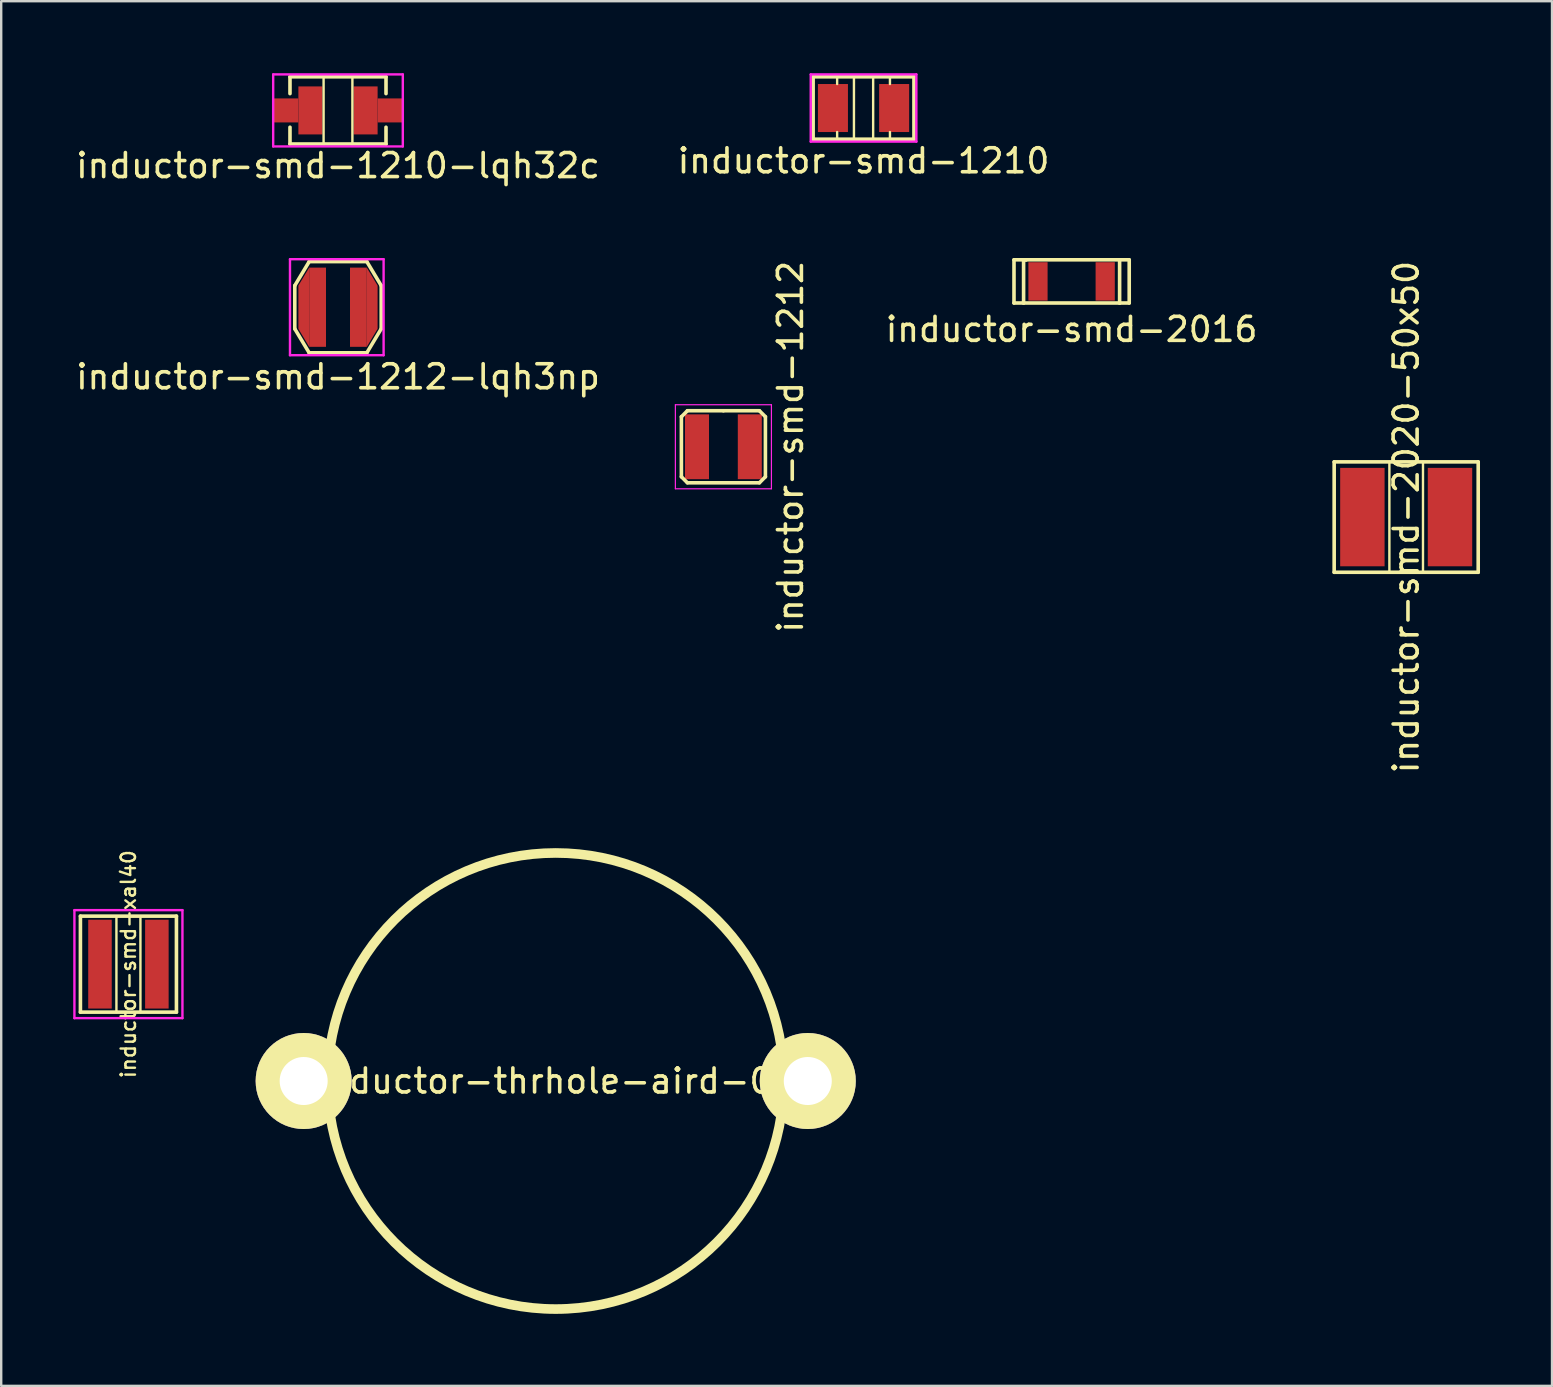
<source format=kicad_pcb>
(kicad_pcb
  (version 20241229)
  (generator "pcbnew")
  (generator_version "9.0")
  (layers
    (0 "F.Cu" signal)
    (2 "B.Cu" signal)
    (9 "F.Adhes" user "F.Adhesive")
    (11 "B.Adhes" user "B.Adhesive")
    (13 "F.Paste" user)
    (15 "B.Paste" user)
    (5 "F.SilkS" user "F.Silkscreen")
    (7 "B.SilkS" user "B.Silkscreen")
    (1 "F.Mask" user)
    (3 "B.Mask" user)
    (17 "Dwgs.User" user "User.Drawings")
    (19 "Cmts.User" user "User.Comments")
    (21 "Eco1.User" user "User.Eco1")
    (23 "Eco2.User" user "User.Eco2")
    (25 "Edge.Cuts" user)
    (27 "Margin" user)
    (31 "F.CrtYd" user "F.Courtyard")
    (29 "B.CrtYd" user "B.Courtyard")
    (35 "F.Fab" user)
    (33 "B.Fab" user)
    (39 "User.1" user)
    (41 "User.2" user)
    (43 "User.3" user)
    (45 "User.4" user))
  (footprint "inductor-smd-2020-50x50"
    (layer "F.Cu")
    (at 55.528 18.49)
    (property "Reference" "inductor-smd-2020-50x50" (at 0 0 90) (layer "F.SilkS") (effects (font (size 1 1) (thickness 0.15))))
    (attr through_hole)
    (fp_line (start -3 -2.3) (end 3 -2.3) (stroke (width 0.15) (type solid)) (layer "F.SilkS"))
    (fp_line (start -3 2.3) (end -3 -2.3) (stroke (width 0.15) (type solid)) (layer "F.SilkS"))
    (fp_line (start -0.7 -2.3) (end -0.7 2.3) (stroke (width 0.1) (type solid)) (layer "F.SilkS"))
    (fp_line (start 0.7 -2.3) (end 0.7 2.3) (stroke (width 0.1) (type solid)) (layer "F.SilkS"))
    (fp_line (start 3 -2.3) (end 3 2.3) (stroke (width 0.15) (type solid)) (layer "F.SilkS"))
    (fp_line (start 3 2.3) (end -3 2.3) (stroke (width 0.15) (type solid)) (layer "F.SilkS"))
    (pad "1" smd rect (at -1.825 0) (size 1.85 4.1) (layers "F.Cu" "F.Mask" "F.Paste"))
    (pad "2" smd rect (at 1.825 0) (size 1.85 4.1) (layers "F.Cu" "F.Mask" "F.Paste")))
  (footprint "inductor-smd-1212"
    (layer "F.Cu")
    (at 27.085 15.561)
    (property "Reference" "inductor-smd-1212" (at 2.794 0 90) (layer "F.SilkS") (effects (font (size 1 1) (thickness 0.15))))
    (attr through_hole)
    (fp_line (start -1.75 -1.25) (end -1.75 1.25) (stroke (width 0.15) (type solid)) (layer "F.SilkS"))
    (fp_line (start -1.75 1.25) (end -1.5 1.5) (stroke (width 0.15) (type solid)) (layer "F.SilkS"))
    (fp_line (start -1.5 -1.5) (end -1.75 -1.25) (stroke (width 0.15) (type solid)) (layer "F.SilkS"))
    (fp_line (start -1.5 1.5) (end 1.5 1.5) (stroke (width 0.15) (type solid)) (layer "F.SilkS"))
    (fp_line (start 0 -1.5) (end -1.5 -1.5) (stroke (width 0.15) (type solid)) (layer "F.SilkS"))
    (fp_line (start 1.5 -1.5) (end 0 -1.5) (stroke (width 0.15) (type solid)) (layer "F.SilkS"))
    (fp_line (start 1.5 1.5) (end 1.75 1.25) (stroke (width 0.15) (type solid)) (layer "F.SilkS"))
    (fp_line (start 1.75 -1.25) (end 1.5 -1.5) (stroke (width 0.15) (type solid)) (layer "F.SilkS"))
    (fp_line (start 1.75 1.25) (end 1.75 -1.25) (stroke (width 0.15) (type solid)) (layer "F.SilkS"))
    (fp_line (start -2 -1.75) (end -2 1.75) (stroke (width 0.05) (type solid)) (layer "F.CrtYd"))
    (fp_line (start -2 1.75) (end 2 1.75) (stroke (width 0.05) (type solid)) (layer "F.CrtYd"))
    (fp_line (start 2 -1.75) (end -2 -1.75) (stroke (width 0.05) (type solid)) (layer "F.CrtYd"))
    (fp_line (start 2 1.75) (end 2 -1.75) (stroke (width 0.05) (type solid)) (layer "F.CrtYd"))
    (pad "1" smd rect (at -1.1 0) (size 1 2.7) (layers "F.Cu" "F.Mask" "F.Paste"))
    (pad "2" smd rect (at 1.1 0) (size 1 2.7) (layers "F.Cu" "F.Mask" "F.Paste")))
  (footprint "inductor-smd-2016"
    (layer "F.Cu")
    (at 41.59 8.673)
    (property "Reference" "inductor-smd-2016" (at 0 2 0) (layer "F.SilkS") (effects (font (size 1 1) (thickness 0.15))))
    (attr through_hole)
    (fp_line (start -2.4 -0.9) (end -2.4 0.9) (stroke (width 0.15) (type solid)) (layer "F.SilkS"))
    (fp_line (start -2.4 0.9) (end -2 0.9) (stroke (width 0.15) (type solid)) (layer "F.SilkS"))
    (fp_line (start -2 -0.9) (end -1.9 -0.9) (stroke (width 0.15) (type solid)) (layer "F.SilkS"))
    (fp_line (start -2 0.9) (end -2 -0.9) (stroke (width 0.15) (type solid)) (layer "F.SilkS"))
    (fp_line (start -1.9 -0.9) (end -2.4 -0.9) (stroke (width 0.15) (type solid)) (layer "F.SilkS"))
    (fp_line (start -1.9 -0.9) (end 2 -0.9) (stroke (width 0.15) (type solid)) (layer "F.SilkS"))
    (fp_line (start 2 -0.9) (end 2 0.9) (stroke (width 0.15) (type solid)) (layer "F.SilkS"))
    (fp_line (start 2 -0.9) (end 2.4 -0.9) (stroke (width 0.15) (type solid)) (layer "F.SilkS"))
    (fp_line (start 2 0.9) (end -2 0.9) (stroke (width 0.15) (type solid)) (layer "F.SilkS"))
    (fp_line (start 2.4 -0.9) (end 2.4 0.9) (stroke (width 0.15) (type solid)) (layer "F.SilkS"))
    (fp_line (start 2.4 0.9) (end 2 0.9) (stroke (width 0.15) (type solid)) (layer "F.SilkS"))
    (pad "1" smd rect (at -1.4 0) (size 0.8 1.6) (layers "F.Cu" "F.Mask" "F.Paste"))
    (pad "2" smd rect (at 1.4 0) (size 0.8 1.6) (layers "F.Cu" "F.Mask" "F.Paste")))
  (footprint "inductor-smd-1212-lqh3np"
    (layer "F.Cu")
    (at 11.03 9.748)
    (property "Reference" "inductor-smd-1212-lqh3np" (at 0 2.9 0) (layer "F.SilkS") (effects (font (size 1 1) (thickness 0.15))))
    (attr through_hole)
    (fp_line (start -1.8 -0.9) (end -1.2 -1.9) (stroke (width 0.15) (type solid)) (layer "F.SilkS"))
    (fp_line (start -1.8 0.9) (end -1.8 -0.9) (stroke (width 0.15) (type solid)) (layer "F.SilkS"))
    (fp_line (start -1.2 -1.9) (end 1.2 -1.9) (stroke (width 0.15) (type solid)) (layer "F.SilkS"))
    (fp_line (start -1.2 1.9) (end -1.8 0.9) (stroke (width 0.15) (type solid)) (layer "F.SilkS"))
    (fp_line (start 1.2 -1.9) (end 1.8 -0.9) (stroke (width 0.15) (type solid)) (layer "F.SilkS"))
    (fp_line (start 1.2 1.9) (end -1.2 1.9) (stroke (width 0.15) (type solid)) (layer "F.SilkS"))
    (fp_line (start 1.8 -0.9) (end 1.8 0.9) (stroke (width 0.15) (type solid)) (layer "F.SilkS"))
    (fp_line (start 1.8 0.9) (end 1.2 1.9) (stroke (width 0.15) (type solid)) (layer "F.SilkS"))
    (fp_line (start -2 -2) (end 1.9 -2) (stroke (width 0.1) (type solid)) (layer "F.CrtYd"))
    (fp_line (start -2 2) (end -2 -2) (stroke (width 0.1) (type solid)) (layer "F.CrtYd"))
    (fp_line (start 1.9 -2) (end 1.9 2) (stroke (width 0.1) (type solid)) (layer "F.CrtYd"))
    (fp_line (start 1.9 2) (end -2 2) (stroke (width 0.1) (type solid)) (layer "F.CrtYd"))
    (pad "" smd rect (at -0.85 0) (size 0.7 3.3) (layers "F.Cu" "F.Mask" "F.Paste"))
    (pad "" smd rect (at 0.85 0) (size 0.7 3.3) (layers "F.Cu" "F.Mask" "F.Paste"))
    (pad "1" smd trapezoid (at -1.425 0) (size 0.45 2.55) (rect_delta -0.75 0) (layers "F.Cu" "F.Mask" "F.Paste"))
    (pad "2" smd trapezoid (at 1.425 0 180) (size 0.45 2.55) (rect_delta -0.75 0) (layers "F.Cu" "F.Mask" "F.Paste")))
  (footprint "inductor-thrhole-aird-02"
    (layer "F.Cu")
    (at 20.1 41.982)
    (property "Reference" "inductor-thrhole-aird-02" (at 0 0 0) (layer "F.SilkS") (effects (font (size 1 1) (thickness 0.15))))
    (attr through_hole)
    (fp_circle (center 0 0) (end 9.5 0) (stroke (width 0.4) (type solid)) (fill no) (layer "F.SilkS"))
    (pad "1" thru_hole circle (at -10.5 0) (size 4 4) (drill 2) (layers "*.Cu" "*.Mask" "F.SilkS"))
    (pad "2" thru_hole circle (at 10.5 0) (size 4 4) (drill 2) (layers "*.Cu" "*.Mask" "F.SilkS")))
  (footprint "inductor-smd-1210"
    (layer "F.Cu")
    (at 32.923 1.45)
    (property "Reference" "inductor-smd-1210" (at 0 2.2 0) (layer "F.SilkS") (effects (font (size 1 1) (thickness 0.15))))
    (attr through_hole)
    (fp_line (start -2.1 -1.3) (end 2.1 -1.3) (stroke (width 0.15) (type solid)) (layer "F.SilkS"))
    (fp_line (start -2.1 1.3) (end -2.1 -1.3) (stroke (width 0.15) (type solid)) (layer "F.SilkS"))
    (fp_line (start -1.1 -1) (end -1.1 -1.3) (stroke (width 0.1) (type solid)) (layer "F.SilkS"))
    (fp_line (start -1.1 1) (end -1.1 1.3) (stroke (width 0.1) (type solid)) (layer "F.SilkS"))
    (fp_line (start -0.4 -1.3) (end -0.4 1.3) (stroke (width 0.1) (type solid)) (layer "F.SilkS"))
    (fp_line (start 0.4 -1.3) (end 0.4 1.3) (stroke (width 0.1) (type solid)) (layer "F.SilkS"))
    (fp_line (start 1.1 -1) (end 1.1 -1.3) (stroke (width 0.1) (type solid)) (layer "F.SilkS"))
    (fp_line (start 1.1 1.3) (end 1.1 1) (stroke (width 0.1) (type solid)) (layer "F.SilkS"))
    (fp_line (start 2.1 -1.3) (end 2.1 1.3) (stroke (width 0.15) (type solid)) (layer "F.SilkS"))
    (fp_line (start 2.1 1.3) (end -2.1 1.3) (stroke (width 0.15) (type solid)) (layer "F.SilkS"))
    (fp_line (start -2.2 -1.4) (end 2.2 -1.4) (stroke (width 0.1) (type solid)) (layer "F.CrtYd"))
    (fp_line (start -2.2 1.4) (end -2.2 -1.4) (stroke (width 0.1) (type solid)) (layer "F.CrtYd"))
    (fp_line (start 2.2 -1.4) (end 2.2 1.4) (stroke (width 0.1) (type solid)) (layer "F.CrtYd"))
    (fp_line (start 2.2 1.4) (end -2.2 1.4) (stroke (width 0.1) (type solid)) (layer "F.CrtYd"))
    (pad "1" smd rect (at -1.275 0) (size 1.25 2) (layers "F.Cu" "F.Mask" "F.Paste"))
    (pad "2" smd rect (at 1.275 0) (size 1.25 2) (layers "F.Cu" "F.Mask" "F.Paste")))
  (footprint "inductor-smd-xal40"
    (layer "F.Cu")
    (at 2.3 37.114)
    (property "Reference" "inductor-smd-xal40" (at 0 0 90) (layer "F.SilkS") (effects (font (size 0.6 0.6) (thickness 0.1))))
    (attr through_hole)
    (fp_line (start -2 -2) (end 2 -2) (stroke (width 0.15) (type solid)) (layer "F.SilkS"))
    (fp_line (start -2 2) (end -2 -2) (stroke (width 0.15) (type solid)) (layer "F.SilkS"))
    (fp_line (start -0.5 -2) (end -0.5 2) (stroke (width 0.1) (type solid)) (layer "F.SilkS"))
    (fp_line (start 0.5 -2) (end 0.5 2) (stroke (width 0.1) (type solid)) (layer "F.SilkS"))
    (fp_line (start 2 -2) (end 2 2) (stroke (width 0.15) (type solid)) (layer "F.SilkS"))
    (fp_line (start 2 2) (end -2 2) (stroke (width 0.15) (type solid)) (layer "F.SilkS"))
    (fp_line (start -2.25 -2.25) (end 2.25 -2.25) (stroke (width 0.1) (type solid)) (layer "F.CrtYd"))
    (fp_line (start -2.25 2.25) (end -2.25 -2.25) (stroke (width 0.1) (type solid)) (layer "F.CrtYd"))
    (fp_line (start 2.25 -2.25) (end 2.25 2.25) (stroke (width 0.1) (type solid)) (layer "F.CrtYd"))
    (fp_line (start 2.25 2.25) (end -2.25 2.25) (stroke (width 0.1) (type solid)) (layer "F.CrtYd"))
    (pad "1" smd rect (at -1.185 0) (size 0.98 3.7) (layers "F.Cu" "F.Mask" "F.Paste"))
    (pad "2" smd rect (at 1.185 0) (size 0.98 3.7) (layers "F.Cu" "F.Mask" "F.Paste")))
  (footprint "inductor-smd-1210-lqh32c"
    (layer "F.Cu")
    (at 11.03 1.55)
    (property "Reference" "inductor-smd-1210-lqh32c" (at 0 2.3 0) (layer "F.SilkS") (effects (font (size 1 1) (thickness 0.15))))
    (attr through_hole)
    (fp_line (start -2 -1.4) (end 2 -1.4) (stroke (width 0.15) (type solid)) (layer "F.SilkS"))
    (fp_line (start -2 -0.7) (end -2 -1.4) (stroke (width 0.15) (type solid)) (layer "F.SilkS"))
    (fp_line (start -2 1.4) (end -2 0.7) (stroke (width 0.15) (type solid)) (layer "F.SilkS"))
    (fp_line (start -0.6 -1.4) (end -0.6 1.4) (stroke (width 0.1) (type solid)) (layer "F.SilkS"))
    (fp_line (start 0.6 -1.4) (end 0.6 1.4) (stroke (width 0.1) (type solid)) (layer "F.SilkS"))
    (fp_line (start 2 -1.4) (end 2 -0.7) (stroke (width 0.15) (type solid)) (layer "F.SilkS"))
    (fp_line (start 2 0.7) (end 2 1.4) (stroke (width 0.15) (type solid)) (layer "F.SilkS"))
    (fp_line (start 2 1.4) (end -2 1.4) (stroke (width 0.15) (type solid)) (layer "F.SilkS"))
    (fp_line (start -2.7 -1.5) (end 2.7 -1.5) (stroke (width 0.1) (type solid)) (layer "F.CrtYd"))
    (fp_line (start -2.7 1.5) (end -2.7 -1.5) (stroke (width 0.1) (type solid)) (layer "F.CrtYd"))
    (fp_line (start 2.7 -1.5) (end 2.7 1.5) (stroke (width 0.1) (type solid)) (layer "F.CrtYd"))
    (fp_line (start 2.7 1.5) (end -2.7 1.5) (stroke (width 0.1) (type solid)) (layer "F.CrtYd"))
    (pad "" smd rect (at -1.15 0) (size 1 2) (layers "F.Cu" "F.Mask" "F.Paste"))
    (pad "" smd rect (at 1.15 0) (size 1 2) (layers "F.Cu" "F.Mask" "F.Paste"))
    (pad "1" smd rect (at -2.2 0) (size 1.1 1) (layers "F.Cu" "F.Mask" "F.Paste"))
    (pad "2" smd rect (at 2.2 0) (size 1.1 1) (layers "F.Cu" "F.Mask" "F.Paste")))
  (gr_rect
    (start -3 -3)
    (end 61.603 54.682)
    (stroke (width 0.1) (type default))
    (fill no)
    (layer "Edge.Cuts")))
</source>
